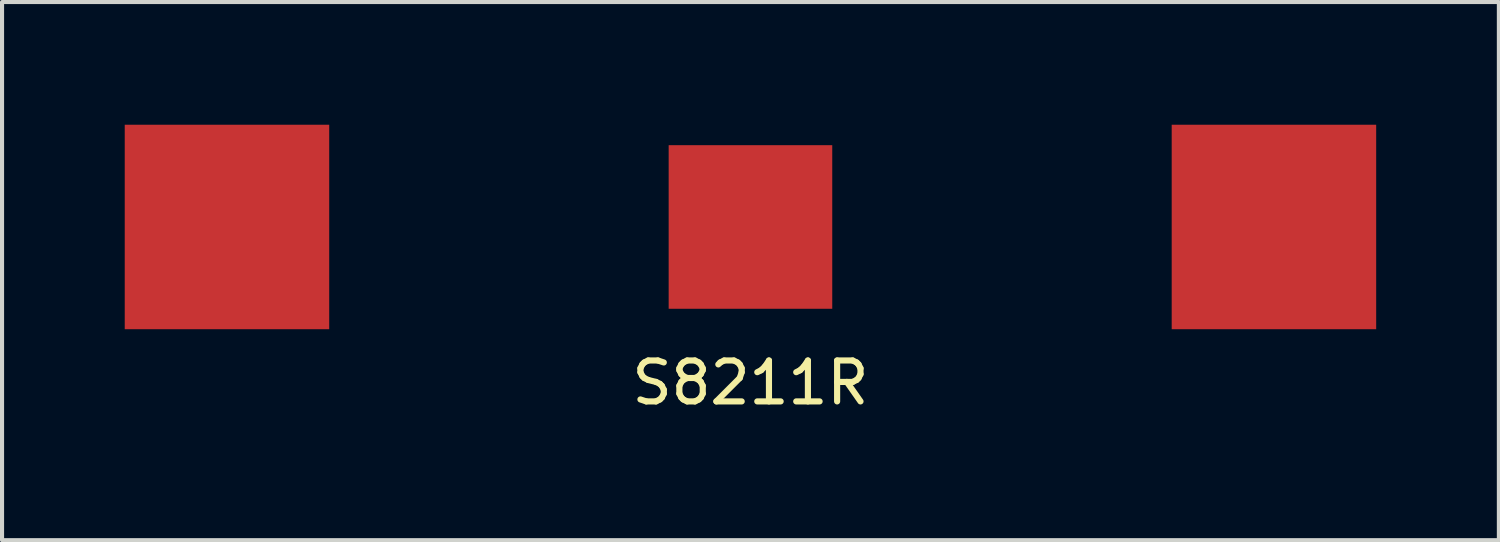
<source format=kicad_pcb>
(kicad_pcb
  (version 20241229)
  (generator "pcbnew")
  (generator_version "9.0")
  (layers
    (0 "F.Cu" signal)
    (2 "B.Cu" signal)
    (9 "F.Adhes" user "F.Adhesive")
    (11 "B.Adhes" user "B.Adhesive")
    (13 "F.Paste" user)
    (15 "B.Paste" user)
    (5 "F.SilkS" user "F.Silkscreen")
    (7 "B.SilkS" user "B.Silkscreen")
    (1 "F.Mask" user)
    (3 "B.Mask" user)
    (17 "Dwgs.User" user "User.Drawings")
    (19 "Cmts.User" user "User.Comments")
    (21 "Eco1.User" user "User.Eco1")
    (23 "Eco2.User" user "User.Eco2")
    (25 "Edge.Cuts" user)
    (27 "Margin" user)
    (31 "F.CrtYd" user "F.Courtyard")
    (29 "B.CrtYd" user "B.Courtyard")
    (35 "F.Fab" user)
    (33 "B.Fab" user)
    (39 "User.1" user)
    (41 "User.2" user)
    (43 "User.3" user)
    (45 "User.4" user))
  (footprint "S8211R"
    (layer "F.Cu")
    (at 15.3 2.5)
    (property "Reference" "S8211R" (at 0 3.81 0) (layer "F.SilkS") (effects (font (size 1 1) (thickness 0.15))))
    (attr through_hole)
    (pad "1" smd rect (at -12.8 0) (size 5 5) (layers "F.Cu" "F.Mask" "F.Paste"))
    (pad "1" smd rect (at 12.8 0) (size 5 5) (layers "F.Cu" "F.Mask" "F.Paste"))
    (pad "2" smd rect (at 0 0) (size 4 4) (layers "F.Cu" "F.Mask" "F.Paste")))
  (gr_rect
    (start -3 -3)
    (end 33.6 10.158)
    (stroke (width 0.1) (type default))
    (fill no)
    (layer "Edge.Cuts")))
</source>
